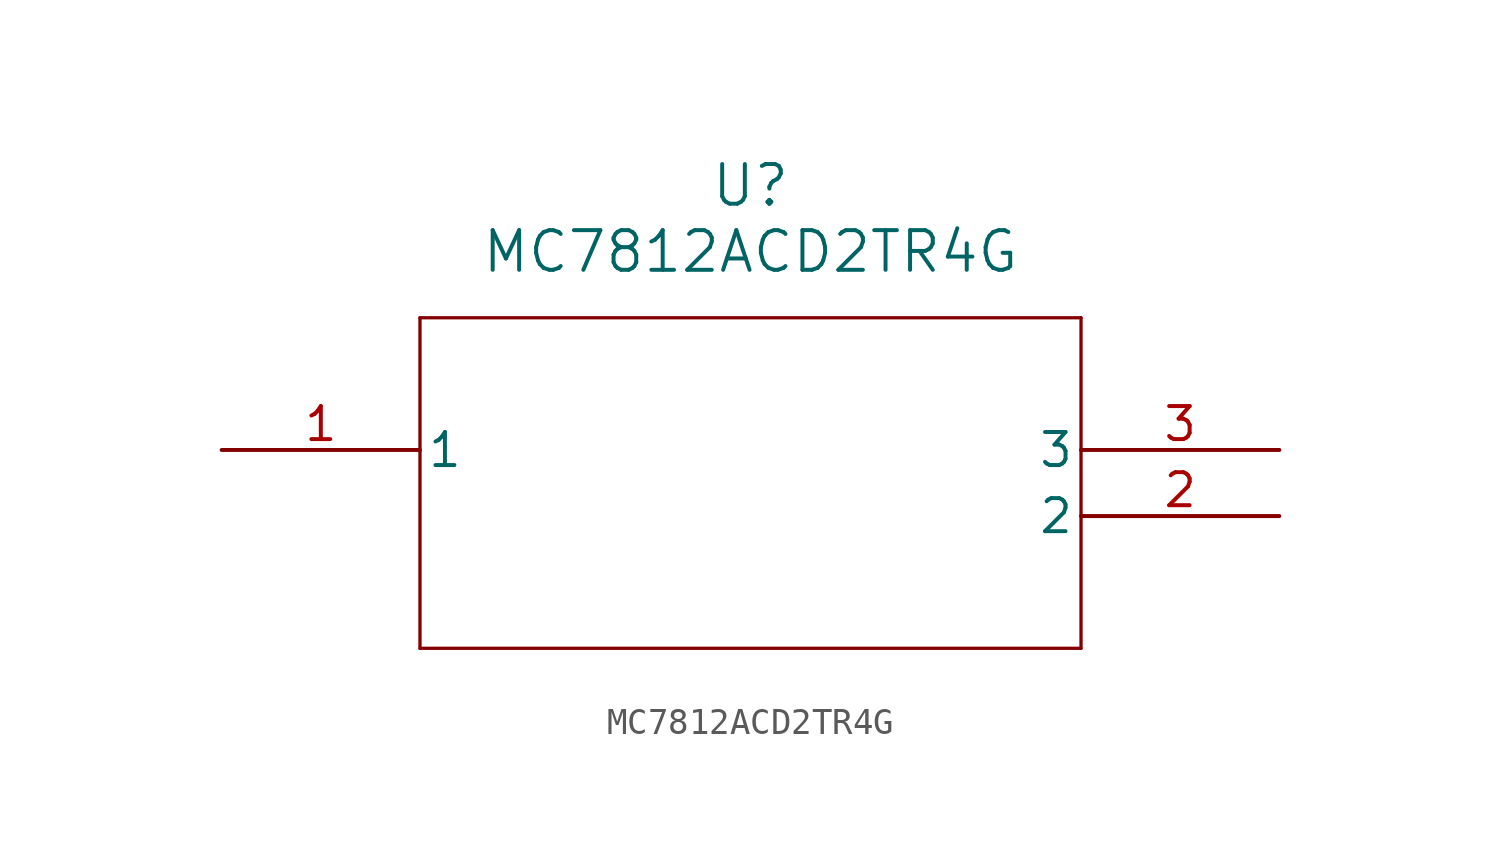
<source format=kicad_sym>
(kicad_symbol_lib
  (version 20211014)
  (generator kicad_symbol_editor)
  (symbol "MC7812ACD2TR4G"
    (pin_names
      (offset 0.254))
    (property "Reference" "U"
      (at 20.32 10.16 0)
      (effects (font (size 1.524 1.524))))
    (property "Value" "MC7812ACD2TR4G"
      (at 20.32 7.62 0)
      (effects (font (size 1.524 1.524))))
    (symbol "MC7812ACD2TR4G_0_1"
      (polyline (pts (xy 7.62 5.08) (xy 7.62 -7.62)) (stroke (width 0.127) (type default) (color 0 0 0 0)) (fill (type none)))
      (polyline (pts (xy 7.62 -7.62) (xy 33.02 -7.62)) (stroke (width 0.127) (type default) (color 0 0 0 0)) (fill (type none)))
      (polyline (pts (xy 33.02 -7.62) (xy 33.02 5.08)) (stroke (width 0.127) (type default) (color 0 0 0 0)) (fill (type none)))
      (polyline (pts (xy 33.02 5.08) (xy 7.62 5.08)) (stroke (width 0.127) (type default) (color 0 0 0 0)) (fill (type none)))
      (pin unspecified line (at 0 0 0) (length 7.62) (name "1" (effects (font (size 1.27 1.27)))) (number "1" (effects (font (size 1.27 1.27)))))
      (pin unspecified line (at 40.64 -2.54 180) (length 7.62) (name "2" (effects (font (size 1.27 1.27)))) (number "2" (effects (font (size 1.27 1.27)))))
      (pin unspecified line (at 40.64 0 180) (length 7.62) (name "3" (effects (font (size 1.27 1.27)))) (number "3" (effects (font (size 1.27 1.27))))))))
</source>
